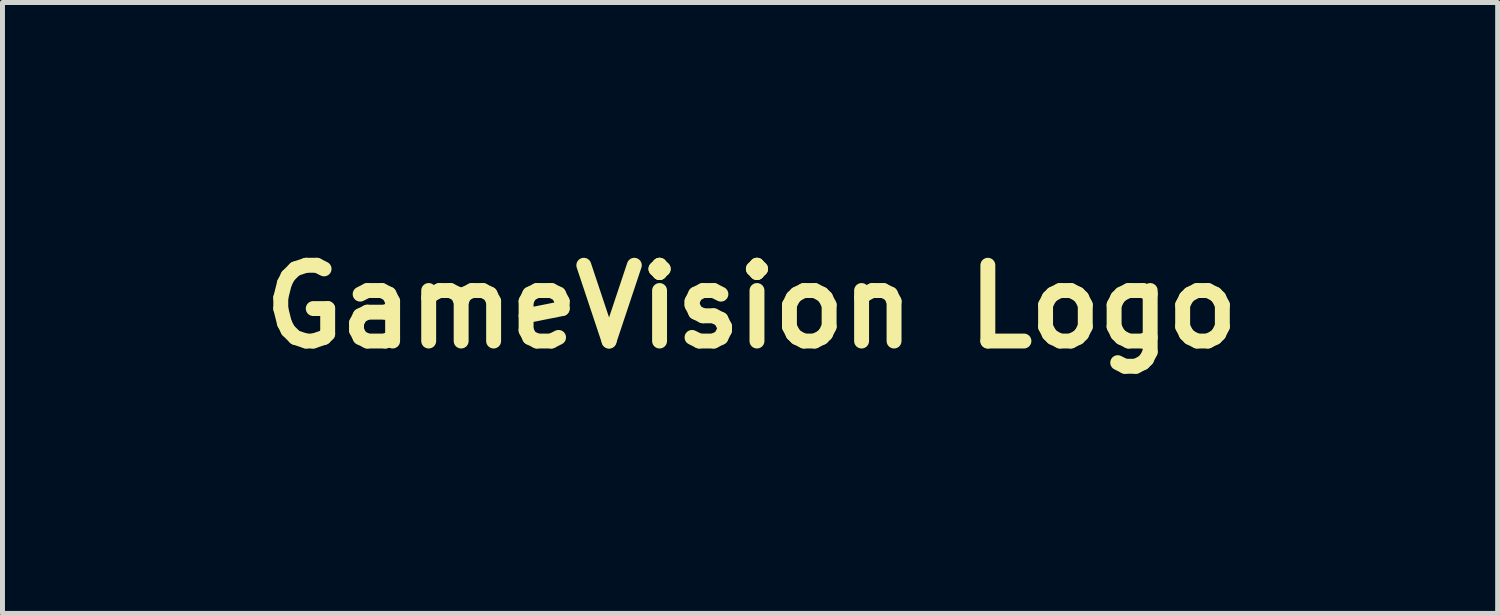
<source format=kicad_pcb>
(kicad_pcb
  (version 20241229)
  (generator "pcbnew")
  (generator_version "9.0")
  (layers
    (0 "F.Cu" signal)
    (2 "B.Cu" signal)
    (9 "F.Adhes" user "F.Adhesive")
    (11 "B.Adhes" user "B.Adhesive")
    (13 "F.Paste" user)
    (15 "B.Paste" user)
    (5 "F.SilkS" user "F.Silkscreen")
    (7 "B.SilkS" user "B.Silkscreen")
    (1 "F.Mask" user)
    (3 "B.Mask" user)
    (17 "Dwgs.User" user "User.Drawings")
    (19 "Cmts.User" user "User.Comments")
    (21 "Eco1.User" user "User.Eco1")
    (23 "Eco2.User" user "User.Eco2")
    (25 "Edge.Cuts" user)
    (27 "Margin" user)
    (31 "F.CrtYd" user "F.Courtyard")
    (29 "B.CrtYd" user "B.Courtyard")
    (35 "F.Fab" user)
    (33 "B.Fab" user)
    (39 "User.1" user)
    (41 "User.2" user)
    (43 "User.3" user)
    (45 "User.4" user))
  (footprint "GameVision Logo"
    (layer "F.Cu")
    (at 12.069 3.121)
    (property "Reference" "GameVision Logo" (at 0 0 0) (layer "F.SilkS") (effects (font (size 1.524 1.524) (thickness 0.3))))
    (attr through_hole)
    (fp_poly (pts (xy 6.121 -2.388) (xy 6.221 -2.38) (xy 6.283 -2.365) (xy 6.318 -2.344) (xy 6.349 -2.281) (xy 6.363 -2.19) (xy 6.36 -2.098) (xy 6.341 -2.041) (xy 6.276 -1.991) (xy 6.154 -1.958) (xy 5.979 -1.943) (xy 5.915 -1.942) (xy 5.788 -1.945) (xy 5.706 -1.955) (xy 5.652 -1.975) (xy 5.618 -2.002) (xy 5.575 -2.075) (xy 5.556 -2.169) (xy 5.561 -2.264) (xy 5.59 -2.337) (xy 5.616 -2.36) (xy 5.67 -2.373) (xy 5.767 -2.383) (xy 5.892 -2.389) (xy 5.972 -2.391) (xy 6.121 -2.388)) (stroke (width 0.01) (type solid)) (fill yes) (layer "F.Mask"))
    (fp_poly (pts (xy 2.462 -2.388) (xy 2.578 -2.38) (xy 2.664 -2.366) (xy 2.697 -2.353) (xy 2.738 -2.286) (xy 2.755 -2.166) (xy 2.754 -2.056) (xy 2.74 -1.998) (xy 2.695 -1.963) (xy 2.637 -1.944) (xy 2.545 -1.927) (xy 2.426 -1.917) (xy 2.295 -1.913) (xy 2.169 -1.916) (xy 2.063 -1.924) (xy 1.993 -1.94) (xy 1.978 -1.948) (xy 1.959 -1.996) (xy 1.946 -2.082) (xy 1.942 -2.158) (xy 1.945 -2.258) (xy 1.956 -2.314) (xy 1.983 -2.345) (xy 2.019 -2.361) (xy 2.093 -2.377) (xy 2.203 -2.387) (xy 2.331 -2.391) (xy 2.462 -2.388)) (stroke (width 0.01) (type solid)) (fill yes) (layer "F.Mask"))
    (fp_poly (pts (xy 6.022 -1.792) (xy 6.145 -1.785) (xy 6.24 -1.769) (xy 6.263 -1.762) (xy 6.345 -1.731) (xy 6.323 -0.813) (xy 6.317 -0.538) (xy 6.31 -0.221) (xy 6.302 0.12) (xy 6.294 0.467) (xy 6.286 0.801) (xy 6.279 1.104) (xy 6.279 1.13) (xy 6.272 1.408) (xy 6.266 1.632) (xy 6.26 1.809) (xy 6.253 1.944) (xy 6.246 2.044) (xy 6.238 2.114) (xy 6.228 2.161) (xy 6.216 2.19) (xy 6.204 2.205) (xy 6.145 2.234) (xy 6.045 2.255) (xy 5.92 2.267) (xy 5.788 2.27) (xy 5.668 2.264) (xy 5.577 2.246) (xy 5.543 2.231) (xy 5.527 2.217) (xy 5.515 2.198) (xy 5.505 2.168) (xy 5.498 2.121) (xy 5.493 2.05) (xy 5.49 1.949) (xy 5.489 1.814) (xy 5.49 1.636) (xy 5.491 1.411) (xy 5.494 1.133) (xy 5.494 1.13) (xy 5.497 0.83) (xy 5.502 0.502) (xy 5.507 0.161) (xy 5.512 -0.174) (xy 5.517 -0.488) (xy 5.523 -0.762) (xy 5.524 -0.817) (xy 5.53 -1.072) (xy 5.535 -1.274) (xy 5.54 -1.429) (xy 5.546 -1.544) (xy 5.553 -1.626) (xy 5.562 -1.681) (xy 5.573 -1.717) (xy 5.587 -1.738) (xy 5.601 -1.751) (xy 5.661 -1.771) (xy 5.763 -1.786) (xy 5.889 -1.793) (xy 6.022 -1.792)) (stroke (width 0.01) (type solid)) (fill yes) (layer "F.Mask"))
    (fp_poly (pts (xy 2.312 -1.811) (xy 2.478 -1.799) (xy 2.595 -1.782) (xy 2.673 -1.751) (xy 2.719 -1.696) (xy 2.741 -1.608) (xy 2.748 -1.478) (xy 2.748 -1.322) (xy 2.747 -1.168) (xy 2.742 -0.972) (xy 2.736 -0.751) (xy 2.728 -0.523) (xy 2.72 -0.314) (xy 2.713 -0.114) (xy 2.706 0.131) (xy 2.699 0.405) (xy 2.694 0.693) (xy 2.69 0.98) (xy 2.687 1.249) (xy 2.686 1.51) (xy 2.684 1.717) (xy 2.681 1.878) (xy 2.678 1.999) (xy 2.672 2.085) (xy 2.665 2.144) (xy 2.656 2.182) (xy 2.643 2.206) (xy 2.627 2.221) (xy 2.619 2.227) (xy 2.555 2.25) (xy 2.451 2.265) (xy 2.322 2.272) (xy 2.187 2.272) (xy 2.064 2.264) (xy 1.97 2.248) (xy 1.929 2.231) (xy 1.918 2.221) (xy 1.908 2.204) (xy 1.9 2.178) (xy 1.894 2.137) (xy 1.889 2.076) (xy 1.885 1.992) (xy 1.883 1.88) (xy 1.882 1.735) (xy 1.881 1.553) (xy 1.882 1.331) (xy 1.883 1.062) (xy 1.885 0.743) (xy 1.888 0.37) (xy 1.889 0.295) (xy 1.892 -0.091) (xy 1.895 -0.421) (xy 1.898 -0.701) (xy 1.901 -0.935) (xy 1.905 -1.127) (xy 1.908 -1.283) (xy 1.913 -1.406) (xy 1.918 -1.502) (xy 1.925 -1.574) (xy 1.932 -1.628) (xy 1.941 -1.668) (xy 1.951 -1.698) (xy 1.958 -1.716) (xy 2.013 -1.831) (xy 2.312 -1.811)) (stroke (width 0.01) (type solid)) (fill yes) (layer "F.Mask"))
    (fp_poly (pts (xy 8.061 -1.836) (xy 8.258 -1.785) (xy 8.411 -1.708) (xy 8.53 -1.608) (xy 8.617 -1.488) (xy 8.682 -1.331) (xy 8.709 -1.234) (xy 8.728 -1.118) (xy 8.743 -0.953) (xy 8.753 -0.745) (xy 8.758 -0.506) (xy 8.759 -0.243) (xy 8.757 0.035) (xy 8.75 0.319) (xy 8.74 0.6) (xy 8.726 0.87) (xy 8.709 1.12) (xy 8.69 1.34) (xy 8.668 1.522) (xy 8.643 1.658) (xy 8.631 1.703) (xy 8.543 1.909) (xy 8.43 2.062) (xy 8.376 2.109) (xy 8.207 2.205) (xy 8.002 2.267) (xy 7.777 2.295) (xy 7.546 2.285) (xy 7.383 2.253) (xy 7.206 2.191) (xy 7.063 2.109) (xy 6.988 2.04) (xy 6.944 1.966) (xy 6.895 1.849) (xy 6.848 1.706) (xy 6.809 1.551) (xy 6.788 1.445) (xy 7.552 1.445) (xy 7.633 1.515) (xy 7.712 1.57) (xy 7.774 1.577) (xy 7.834 1.535) (xy 7.844 1.524) (xy 7.864 1.493) (xy 7.882 1.443) (xy 7.897 1.372) (xy 7.91 1.272) (xy 7.921 1.141) (xy 7.932 0.972) (xy 7.941 0.762) (xy 7.949 0.504) (xy 7.958 0.195) (xy 7.964 -0.048) (xy 7.985 -0.977) (xy 7.902 -1.042) (xy 7.819 -1.091) (xy 7.753 -1.088) (xy 7.686 -1.03) (xy 7.669 -1.008) (xy 7.653 -0.984) (xy 7.64 -0.956) (xy 7.63 -0.917) (xy 7.621 -0.862) (xy 7.613 -0.785) (xy 7.607 -0.679) (xy 7.601 -0.539) (xy 7.595 -0.359) (xy 7.589 -0.134) (xy 7.582 0.144) (xy 7.58 0.26) (xy 7.552 1.445) (xy 6.788 1.445) (xy 6.785 1.432) (xy 6.774 1.323) (xy 6.767 1.168) (xy 6.764 0.974) (xy 6.765 0.751) (xy 6.769 0.506) (xy 6.775 0.248) (xy 6.785 -0.015) (xy 6.796 -0.274) (xy 6.81 -0.52) (xy 6.825 -0.746) (xy 6.841 -0.942) (xy 6.859 -1.1) (xy 6.877 -1.213) (xy 6.888 -1.254) (xy 6.976 -1.433) (xy 7.102 -1.592) (xy 7.24 -1.706) (xy 7.419 -1.788) (xy 7.625 -1.837) (xy 7.845 -1.853) (xy 8.061 -1.836)) (stroke (width 0.01) (type solid)) (fill yes) (layer "F.Mask"))
    (fp_poly (pts (xy 1.023 -1.802) (xy 1.094 -1.8) (xy 1.229 -1.793) (xy 1.345 -1.783) (xy 1.425 -1.769) (xy 1.455 -1.759) (xy 1.467 -1.719) (xy 1.476 -1.629) (xy 1.484 -1.496) (xy 1.49 -1.328) (xy 1.494 -1.134) (xy 1.495 -0.922) (xy 1.495 -0.702) (xy 1.492 -0.48) (xy 1.487 -0.266) (xy 1.48 -0.068) (xy 1.47 0.105) (xy 1.462 0.206) (xy 1.428 0.542) (xy 1.392 0.83) (xy 1.35 1.081) (xy 1.303 1.307) (xy 1.246 1.517) (xy 1.207 1.642) (xy 1.133 1.853) (xy 1.066 2.011) (xy 1.001 2.123) (xy 0.935 2.195) (xy 0.864 2.235) (xy 0.859 2.236) (xy 0.705 2.267) (xy 0.506 2.279) (xy 0.273 2.272) (xy 0.254 2.271) (xy 0.144 2.26) (xy 0.055 2.246) (xy 0.007 2.232) (xy 0.007 2.232) (xy -0.033 2.186) (xy -0.08 2.108) (xy -0.123 2.02) (xy -0.147 1.947) (xy -0.149 1.929) (xy -0.159 1.881) (xy -0.184 1.793) (xy -0.22 1.679) (xy -0.24 1.622) (xy -0.293 1.444) (xy -0.345 1.227) (xy -0.393 0.991) (xy -0.432 0.756) (xy -0.458 0.543) (xy -0.464 0.469) (xy -0.483 0.169) (xy -0.497 -0.086) (xy -0.507 -0.307) (xy -0.512 -0.509) (xy -0.513 -0.703) (xy -0.511 -0.905) (xy -0.507 -1.095) (xy -0.5 -1.321) (xy -0.492 -1.492) (xy -0.482 -1.616) (xy -0.47 -1.696) (xy -0.455 -1.74) (xy -0.451 -1.744) (xy -0.423 -1.766) (xy -0.374 -1.78) (xy -0.294 -1.789) (xy -0.171 -1.792) (xy -0.06 -1.793) (xy 0.11 -1.791) (xy 0.226 -1.783) (xy 0.296 -1.77) (xy 0.324 -1.754) (xy 0.333 -1.714) (xy 0.342 -1.619) (xy 0.349 -1.468) (xy 0.355 -1.26) (xy 0.359 -0.995) (xy 0.363 -0.67) (xy 0.365 -0.446) (xy 0.367 -0.137) (xy 0.369 0.119) (xy 0.372 0.326) (xy 0.375 0.492) (xy 0.379 0.621) (xy 0.385 0.72) (xy 0.392 0.795) (xy 0.4 0.851) (xy 0.411 0.894) (xy 0.424 0.93) (xy 0.436 0.956) (xy 0.498 1.091) (xy 0.549 0.938) (xy 0.572 0.836) (xy 0.593 0.679) (xy 0.612 0.474) (xy 0.628 0.225) (xy 0.641 -0.062) (xy 0.65 -0.382) (xy 0.655 -0.729) (xy 0.657 -0.99) (xy 0.657 -1.233) (xy 0.659 -1.423) (xy 0.666 -1.565) (xy 0.683 -1.668) (xy 0.712 -1.736) (xy 0.757 -1.777) (xy 0.821 -1.798) (xy 0.909 -1.804) (xy 1.023 -1.802)) (stroke (width 0.01) (type solid)) (fill yes) (layer "F.Mask"))
    (fp_poly (pts (xy -7.553 -1.887) (xy -7.335 -1.838) (xy -7.143 -1.747) (xy -6.985 -1.619) (xy -6.87 -1.458) (xy -6.84 -1.396) (xy -6.814 -1.333) (xy -6.792 -1.266) (xy -6.774 -1.189) (xy -6.759 -1.095) (xy -6.748 -0.981) (xy -6.739 -0.841) (xy -6.733 -0.67) (xy -6.729 -0.461) (xy -6.726 -0.212) (xy -6.725 0.085) (xy -6.724 0.434) (xy -6.724 0.604) (xy -6.724 2.18) (xy -6.792 2.225) (xy -6.876 2.258) (xy -7.001 2.281) (xy -7.149 2.293) (xy -7.301 2.292) (xy -7.44 2.277) (xy -7.463 2.273) (xy -7.57 2.254) (xy -7.65 2.254) (xy -7.735 2.275) (xy -7.8 2.298) (xy -7.924 2.338) (xy -8.038 2.354) (xy -8.169 2.347) (xy -8.233 2.339) (xy -8.322 2.303) (xy -8.425 2.224) (xy -8.528 2.115) (xy -8.62 1.989) (xy -8.681 1.877) (xy -8.76 1.7) (xy -8.75 1.037) (xy -8.748 0.936) (xy -7.86 0.936) (xy -7.857 1.095) (xy -7.844 1.237) (xy -7.822 1.343) (xy -7.816 1.361) (xy -7.775 1.438) (xy -7.733 1.46) (xy -7.682 1.431) (xy -7.667 1.417) (xy -7.649 1.39) (xy -7.636 1.343) (xy -7.628 1.269) (xy -7.623 1.158) (xy -7.62 1.001) (xy -7.62 0.881) (xy -7.621 0.716) (xy -7.625 0.574) (xy -7.63 0.463) (xy -7.637 0.395) (xy -7.643 0.378) (xy -7.687 0.382) (xy -7.742 0.429) (xy -7.795 0.507) (xy -7.814 0.547) (xy -7.838 0.643) (xy -7.854 0.779) (xy -7.86 0.936) (xy -8.748 0.936) (xy -8.745 0.803) (xy -8.739 0.621) (xy -8.73 0.478) (xy -8.716 0.367) (xy -8.694 0.278) (xy -8.665 0.2) (xy -8.625 0.125) (xy -8.573 0.043) (xy -8.567 0.035) (xy -8.505 -0.034) (xy -8.404 -0.123) (xy -8.277 -0.22) (xy -8.138 -0.316) (xy -8.001 -0.401) (xy -7.908 -0.45) (xy -7.76 -0.541) (xy -7.667 -0.643) (xy -7.624 -0.762) (xy -7.62 -0.822) (xy -7.634 -0.926) (xy -7.672 -1.006) (xy -7.725 -1.044) (xy -7.738 -1.046) (xy -7.786 -1.017) (xy -7.828 -0.938) (xy -7.858 -0.815) (xy -7.863 -0.783) (xy -7.888 -0.664) (xy -7.924 -0.589) (xy -7.938 -0.576) (xy -7.989 -0.56) (xy -8.083 -0.548) (xy -8.203 -0.54) (xy -8.332 -0.537) (xy -8.452 -0.539) (xy -8.547 -0.547) (xy -8.591 -0.557) (xy -8.638 -0.591) (xy -8.667 -0.657) (xy -8.679 -0.761) (xy -8.675 -0.912) (xy -8.668 -1.01) (xy -8.644 -1.202) (xy -8.608 -1.352) (xy -8.55 -1.475) (xy -8.466 -1.588) (xy -8.389 -1.668) (xy -8.301 -1.744) (xy -8.212 -1.796) (xy -8.098 -1.837) (xy -8.038 -1.853) (xy -7.79 -1.893) (xy -7.553 -1.887)) (stroke (width 0.01) (type solid)) (fill yes) (layer "F.Mask"))
    (fp_poly (pts (xy 4.302 -1.834) (xy 4.409 -1.828) (xy 4.492 -1.813) (xy 4.568 -1.787) (xy 4.632 -1.759) (xy 4.778 -1.679) (xy 4.883 -1.592) (xy 4.963 -1.481) (xy 5.008 -1.392) (xy 5.05 -1.272) (xy 5.081 -1.126) (xy 5.1 -0.97) (xy 5.107 -0.819) (xy 5.1 -0.691) (xy 5.077 -0.599) (xy 5.069 -0.584) (xy 5.043 -0.55) (xy 5.013 -0.528) (xy 4.965 -0.515) (xy 4.887 -0.51) (xy 4.765 -0.508) (xy 4.709 -0.508) (xy 4.547 -0.511) (xy 4.438 -0.521) (xy 4.379 -0.538) (xy 4.368 -0.547) (xy 4.349 -0.595) (xy 4.33 -0.683) (xy 4.315 -0.788) (xy 4.289 -0.938) (xy 4.247 -1.033) (xy 4.187 -1.074) (xy 4.105 -1.064) (xy 4.061 -1.044) (xy 3.988 -0.975) (xy 3.964 -0.877) (xy 3.992 -0.755) (xy 3.999 -0.737) (xy 4.026 -0.684) (xy 4.064 -0.627) (xy 4.117 -0.561) (xy 4.192 -0.478) (xy 4.294 -0.374) (xy 4.43 -0.24) (xy 4.57 -0.105) (xy 4.768 0.109) (xy 4.913 0.321) (xy 5.012 0.545) (xy 5.069 0.793) (xy 5.089 1.078) (xy 5.089 1.14) (xy 5.081 1.371) (xy 5.062 1.555) (xy 5.028 1.703) (xy 4.976 1.826) (xy 4.908 1.933) (xy 4.776 2.086) (xy 4.639 2.193) (xy 4.484 2.263) (xy 4.295 2.302) (xy 4.166 2.314) (xy 4.025 2.32) (xy 3.922 2.317) (xy 3.833 2.3) (xy 3.737 2.269) (xy 3.719 2.262) (xy 3.51 2.16) (xy 3.353 2.034) (xy 3.245 1.882) (xy 3.208 1.803) (xy 3.181 1.726) (xy 3.16 1.639) (xy 3.145 1.53) (xy 3.134 1.387) (xy 3.123 1.198) (xy 3.121 1.16) (xy 3.115 0.973) (xy 3.118 0.836) (xy 3.132 0.739) (xy 3.158 0.674) (xy 3.197 0.629) (xy 3.209 0.621) (xy 3.259 0.608) (xy 3.35 0.6) (xy 3.467 0.597) (xy 3.593 0.599) (xy 3.713 0.605) (xy 3.811 0.615) (xy 3.87 0.628) (xy 3.879 0.634) (xy 3.897 0.685) (xy 3.909 0.795) (xy 3.915 0.965) (xy 3.915 1.029) (xy 3.918 1.218) (xy 3.929 1.356) (xy 3.95 1.449) (xy 3.984 1.508) (xy 4.033 1.538) (xy 4.081 1.548) (xy 4.154 1.54) (xy 4.205 1.495) (xy 4.238 1.408) (xy 4.255 1.273) (xy 4.258 1.136) (xy 4.255 1.014) (xy 4.242 0.914) (xy 4.214 0.826) (xy 4.164 0.738) (xy 4.086 0.641) (xy 3.974 0.523) (xy 3.851 0.4) (xy 3.642 0.184) (xy 3.477 -0.012) (xy 3.35 -0.197) (xy 3.271 -0.342) (xy 3.225 -0.447) (xy 3.197 -0.547) (xy 3.181 -0.666) (xy 3.173 -0.793) (xy 3.173 -1.014) (xy 3.197 -1.192) (xy 3.25 -1.341) (xy 3.335 -1.473) (xy 3.406 -1.554) (xy 3.532 -1.67) (xy 3.656 -1.75) (xy 3.793 -1.8) (xy 3.959 -1.827) (xy 4.154 -1.835) (xy 4.302 -1.834)) (stroke (width 0.01) (type solid)) (fill yes) (layer "F.Mask"))
    (fp_poly (pts (xy 10.614 -1.872) (xy 10.729 -1.84) (xy 10.745 -1.835) (xy 10.897 -1.76) (xy 11.016 -1.643) (xy 11.104 -1.48) (xy 11.162 -1.268) (xy 11.191 -1.046) (xy 11.194 -0.951) (xy 11.195 -0.809) (xy 11.193 -0.63) (xy 11.188 -0.427) (xy 11.181 -0.211) (xy 11.176 -0.09) (xy 11.166 0.168) (xy 11.155 0.456) (xy 11.146 0.753) (xy 11.137 1.037) (xy 11.13 1.285) (xy 11.129 1.315) (xy 11.124 1.515) (xy 11.118 1.701) (xy 11.112 1.862) (xy 11.106 1.988) (xy 11.1 2.068) (xy 11.098 2.086) (xy 11.083 2.144) (xy 11.051 2.186) (xy 10.992 2.214) (xy 10.897 2.235) (xy 10.755 2.251) (xy 10.712 2.255) (xy 10.587 2.264) (xy 10.506 2.263) (xy 10.453 2.251) (xy 10.411 2.226) (xy 10.406 2.221) (xy 10.382 2.199) (xy 10.363 2.172) (xy 10.35 2.134) (xy 10.341 2.077) (xy 10.335 1.996) (xy 10.334 1.882) (xy 10.336 1.73) (xy 10.34 1.532) (xy 10.348 1.281) (xy 10.348 1.255) (xy 10.361 0.824) (xy 10.372 0.449) (xy 10.381 0.126) (xy 10.388 -0.15) (xy 10.392 -0.38) (xy 10.394 -0.571) (xy 10.394 -0.725) (xy 10.39 -0.846) (xy 10.383 -0.939) (xy 10.373 -1.006) (xy 10.36 -1.053) (xy 10.343 -1.082) (xy 10.322 -1.098) (xy 10.298 -1.105) (xy 10.269 -1.106) (xy 10.235 -1.106) (xy 10.234 -1.106) (xy 10.194 -1.105) (xy 10.159 -1.099) (xy 10.13 -1.083) (xy 10.106 -1.053) (xy 10.086 -1.004) (xy 10.069 -0.931) (xy 10.055 -0.829) (xy 10.044 -0.694) (xy 10.033 -0.521) (xy 10.023 -0.305) (xy 10.013 -0.042) (xy 10.002 0.274) (xy 9.995 0.482) (xy 9.983 0.846) (xy 9.972 1.155) (xy 9.963 1.413) (xy 9.955 1.626) (xy 9.947 1.797) (xy 9.939 1.931) (xy 9.931 2.033) (xy 9.922 2.107) (xy 9.912 2.158) (xy 9.9 2.191) (xy 9.887 2.21) (xy 9.872 2.219) (xy 9.854 2.224) (xy 9.852 2.224) (xy 9.698 2.247) (xy 9.547 2.251) (xy 9.422 2.243) (xy 9.318 2.229) (xy 9.237 2.209) (xy 9.202 2.191) (xy 9.193 2.168) (xy 9.187 2.116) (xy 9.183 2.03) (xy 9.181 1.906) (xy 9.182 1.741) (xy 9.184 1.531) (xy 9.189 1.271) (xy 9.195 0.958) (xy 9.2 0.727) (xy 9.211 0.285) (xy 9.22 -0.101) (xy 9.229 -0.434) (xy 9.237 -0.72) (xy 9.244 -0.961) (xy 9.251 -1.162) (xy 9.257 -1.326) (xy 9.264 -1.456) (xy 9.27 -1.558) (xy 9.277 -1.635) (xy 9.285 -1.69) (xy 9.293 -1.728) (xy 9.302 -1.751) (xy 9.311 -1.765) (xy 9.314 -1.768) (xy 9.372 -1.79) (xy 9.473 -1.806) (xy 9.598 -1.814) (xy 9.73 -1.814) (xy 9.852 -1.806) (xy 9.947 -1.79) (xy 9.981 -1.778) (xy 10.068 -1.743) (xy 10.15 -1.739) (xy 10.246 -1.767) (xy 10.334 -1.808) (xy 10.441 -1.857) (xy 10.527 -1.878) (xy 10.614 -1.872)) (stroke (width 0.01) (type solid)) (fill yes) (layer "F.Mask"))
    (fp_poly (pts (xy -10.021 -2.5) (xy -9.798 -2.454) (xy -9.596 -2.372) (xy -9.428 -2.255) (xy -9.351 -2.174) (xy -9.259 -2.026) (xy -9.179 -1.832) (xy -9.116 -1.607) (xy -9.073 -1.366) (xy -9.055 -1.122) (xy -9.055 -1.083) (xy -9.062 -0.961) (xy -9.09 -0.871) (xy -9.144 -0.809) (xy -9.232 -0.772) (xy -9.36 -0.757) (xy -9.535 -0.761) (xy -9.678 -0.772) (xy -9.847 -0.79) (xy -9.958 -0.812) (xy -10.011 -0.837) (xy -10.013 -0.84) (xy -10.026 -0.889) (xy -10.035 -0.979) (xy -10.04 -1.092) (xy -10.04 -1.111) (xy -10.044 -1.233) (xy -10.053 -1.339) (xy -10.067 -1.409) (xy -10.068 -1.413) (xy -10.119 -1.489) (xy -10.186 -1.514) (xy -10.251 -1.489) (xy -10.301 -1.414) (xy -10.302 -1.41) (xy -10.307 -1.363) (xy -10.312 -1.262) (xy -10.315 -1.114) (xy -10.316 -0.924) (xy -10.317 -0.699) (xy -10.316 -0.444) (xy -10.313 -0.167) (xy -10.312 -0.039) (xy -10.307 0.273) (xy -10.304 0.53) (xy -10.3 0.739) (xy -10.296 0.904) (xy -10.291 1.031) (xy -10.286 1.125) (xy -10.279 1.192) (xy -10.271 1.238) (xy -10.261 1.267) (xy -10.249 1.285) (xy -10.235 1.298) (xy -10.163 1.338) (xy -10.101 1.332) (xy -10.058 1.306) (xy -10.028 1.255) (xy -10.001 1.158) (xy -9.978 1.027) (xy -9.962 0.875) (xy -9.954 0.715) (xy -9.956 0.561) (xy -9.957 0.544) (xy -9.968 0.432) (xy -9.989 0.359) (xy -10.027 0.304) (xy -10.051 0.28) (xy -10.113 0.213) (xy -10.154 0.14) (xy -10.178 0.045) (xy -10.19 -0.085) (xy -10.193 -0.177) (xy -10.192 -0.317) (xy -10.179 -0.422) (xy -10.146 -0.499) (xy -10.086 -0.55) (xy -9.992 -0.58) (xy -9.858 -0.595) (xy -9.677 -0.597) (xy -9.516 -0.593) (xy -9.357 -0.588) (xy -9.247 -0.581) (xy -9.175 -0.571) (xy -9.131 -0.555) (xy -9.104 -0.533) (xy -9.097 -0.525) (xy -9.086 -0.502) (xy -9.078 -0.461) (xy -9.071 -0.397) (xy -9.065 -0.304) (xy -9.061 -0.179) (xy -9.058 -0.016) (xy -9.056 0.191) (xy -9.055 0.446) (xy -9.054 0.753) (xy -9.054 0.874) (xy -9.054 2.214) (xy -9.158 2.258) (xy -9.296 2.296) (xy -9.424 2.286) (xy -9.516 2.251) (xy -9.578 2.224) (xy -9.628 2.217) (xy -9.688 2.23) (xy -9.779 2.265) (xy -9.791 2.27) (xy -9.967 2.334) (xy -10.115 2.363) (xy -10.254 2.361) (xy -10.309 2.353) (xy -10.494 2.314) (xy -10.633 2.272) (xy -10.741 2.22) (xy -10.833 2.152) (xy -10.888 2.099) (xy -11.012 1.964) (xy -11.099 1.85) (xy -11.161 1.737) (xy -11.208 1.609) (xy -11.231 1.529) (xy -11.246 1.466) (xy -11.259 1.399) (xy -11.27 1.322) (xy -11.279 1.229) (xy -11.286 1.113) (xy -11.292 0.968) (xy -11.297 0.786) (xy -11.302 0.561) (xy -11.307 0.287) (xy -11.31 0.097) (xy -11.315 -0.271) (xy -11.318 -0.585) (xy -11.317 -0.852) (xy -11.312 -1.077) (xy -11.303 -1.266) (xy -11.29 -1.425) (xy -11.273 -1.56) (xy -11.25 -1.678) (xy -11.222 -1.784) (xy -11.188 -1.883) (xy -11.089 -2.081) (xy -10.953 -2.239) (xy -10.771 -2.365) (xy -10.702 -2.4) (xy -10.484 -2.475) (xy -10.254 -2.508) (xy -10.021 -2.5)) (stroke (width 0.01) (type solid)) (fill yes) (layer "F.Mask"))
    (fp_poly (pts (xy -1.839 -1.834) (xy -1.675 -1.831) (xy -1.554 -1.821) (xy -1.463 -1.804) (xy -1.384 -1.776) (xy -1.374 -1.772) (xy -1.191 -1.666) (xy -1.054 -1.53) (xy -0.966 -1.38) (xy -0.938 -1.317) (xy -0.918 -1.256) (xy -0.904 -1.186) (xy -0.894 -1.096) (xy -0.887 -0.976) (xy -0.881 -0.814) (xy -0.878 -0.675) (xy -0.871 -0.489) (xy -0.863 -0.312) (xy -0.852 -0.157) (xy -0.841 -0.039) (xy -0.831 0.02) (xy -0.814 0.117) (xy -0.817 0.183) (xy -0.842 0.242) (xy -0.861 0.274) (xy -0.911 0.337) (xy -0.976 0.376) (xy -1.076 0.402) (xy -1.081 0.403) (xy -1.193 0.439) (xy -1.249 0.487) (xy -1.251 0.538) (xy -1.199 0.584) (xy -1.094 0.616) (xy -1.063 0.62) (xy -0.989 0.631) (xy -0.933 0.649) (xy -0.896 0.683) (xy -0.874 0.74) (xy -0.866 0.828) (xy -0.869 0.954) (xy -0.882 1.127) (xy -0.894 1.27) (xy -0.926 1.526) (xy -0.971 1.731) (xy -1.032 1.89) (xy -1.111 2.011) (xy -1.176 2.074) (xy -1.305 2.172) (xy -1.423 2.239) (xy -1.546 2.281) (xy -1.695 2.305) (xy -1.855 2.316) (xy -2.002 2.321) (xy -2.108 2.319) (xy -2.187 2.309) (xy -2.259 2.287) (xy -2.318 2.263) (xy -2.412 2.212) (xy -2.51 2.144) (xy -2.598 2.07) (xy -2.663 2.003) (xy -2.689 1.953) (xy -2.689 1.95) (xy -2.701 1.909) (xy -2.733 1.831) (xy -2.777 1.733) (xy -2.778 1.729) (xy -2.867 1.539) (xy -2.868 0.8) (xy -2.029 0.8) (xy -2.029 0.924) (xy -2.026 1.118) (xy -2.02 1.262) (xy -2.009 1.364) (xy -1.991 1.433) (xy -1.964 1.478) (xy -1.926 1.507) (xy -1.911 1.515) (xy -1.85 1.536) (xy -1.802 1.515) (xy -1.778 1.492) (xy -1.752 1.458) (xy -1.733 1.41) (xy -1.72 1.337) (xy -1.711 1.226) (xy -1.703 1.077) (xy -1.695 0.918) (xy -1.685 0.805) (xy -1.67 0.727) (xy -1.648 0.672) (xy -1.627 0.637) (xy -1.566 0.544) (xy -1.547 0.481) (xy -1.576 0.443) (xy -1.655 0.424) (xy -1.789 0.419) (xy -1.791 0.419) (xy -1.879 0.422) (xy -1.943 0.439) (xy -1.986 0.476) (xy -2.012 0.543) (xy -2.025 0.648) (xy -2.029 0.8) (xy -2.868 0.8) (xy -2.869 0.374) (xy -2.869 0.02) (xy -2.867 -0.28) (xy -2.862 -0.531) (xy -2.856 -0.676) (xy -2.009 -0.676) (xy -2.008 -0.562) (xy -2.001 -0.469) (xy -1.987 -0.419) (xy -1.941 -0.393) (xy -1.867 -0.391) (xy -1.792 -0.409) (xy -1.75 -0.435) (xy -1.723 -0.485) (xy -1.708 -0.571) (xy -1.703 -0.702) (xy -1.708 -0.836) (xy -1.723 -0.921) (xy -1.75 -0.969) (xy -1.826 -1.011) (xy -1.907 -1.007) (xy -1.97 -0.96) (xy -1.977 -0.949) (xy -1.993 -0.889) (xy -2.004 -0.792) (xy -2.009 -0.676) (xy -2.856 -0.676) (xy -2.854 -0.74) (xy -2.841 -0.913) (xy -2.824 -1.055) (xy -2.802 -1.171) (xy -2.773 -1.269) (xy -2.737 -1.352) (xy -2.694 -1.429) (xy -2.642 -1.503) (xy -2.637 -1.509) (xy -2.507 -1.646) (xy -2.347 -1.748) (xy -2.263 -1.787) (xy -2.192 -1.813) (xy -2.116 -1.827) (xy -2.018 -1.834) (xy -1.882 -1.835) (xy -1.839 -1.834)) (stroke (width 0.01) (type solid)) (fill yes) (layer "F.Mask"))
    (fp_poly (pts (xy -10.026 -3.114) (xy -9.838 -3.105) (xy -9.693 -3.088) (xy -9.607 -3.071) (xy -9.432 -3.02) (xy -9.29 -2.961) (xy -9.163 -2.884) (xy -9.032 -2.779) (xy -8.918 -2.672) (xy -8.823 -2.583) (xy -8.737 -2.51) (xy -8.673 -2.464) (xy -8.654 -2.455) (xy -8.609 -2.45) (xy -8.512 -2.447) (xy -8.372 -2.446) (xy -8.197 -2.446) (xy -7.996 -2.449) (xy -7.777 -2.453) (xy -7.754 -2.453) (xy -7.559 -2.457) (xy -7.313 -2.462) (xy -7.027 -2.467) (xy -6.709 -2.472) (xy -6.369 -2.476) (xy -6.016 -2.481) (xy -5.66 -2.485) (xy -5.31 -2.489) (xy -5.219 -2.49) (xy -4.858 -2.494) (xy -4.552 -2.497) (xy -4.296 -2.499) (xy -4.085 -2.5) (xy -3.915 -2.5) (xy -3.781 -2.499) (xy -3.677 -2.496) (xy -3.6 -2.492) (xy -3.544 -2.487) (xy -3.504 -2.479) (xy -3.476 -2.47) (xy -3.455 -2.459) (xy -3.436 -2.446) (xy -3.326 -2.381) (xy -3.188 -2.322) (xy -3.047 -2.279) (xy -2.928 -2.261) (xy -2.923 -2.261) (xy -2.822 -2.276) (xy -2.705 -2.319) (xy -2.669 -2.336) (xy -2.537 -2.393) (xy -2.368 -2.437) (xy -2.155 -2.471) (xy -1.891 -2.497) (xy -1.883 -2.498) (xy -1.723 -2.505) (xy -1.588 -2.496) (xy -1.444 -2.468) (xy -1.385 -2.454) (xy -1.237 -2.417) (xy -1.135 -2.398) (xy -1.066 -2.396) (xy -1.018 -2.41) (xy -0.979 -2.442) (xy -0.971 -2.45) (xy -0.913 -2.486) (xy -0.828 -2.507) (xy -0.738 -2.512) (xy -0.668 -2.499) (xy -0.642 -2.48) (xy -0.608 -2.47) (xy -0.522 -2.463) (xy -0.395 -2.456) (xy -0.237 -2.452) (xy -0.056 -2.45) (xy 0.139 -2.449) (xy 0.338 -2.449) (xy 0.532 -2.452) (xy 0.711 -2.456) (xy 0.867 -2.462) (xy 0.99 -2.469) (xy 1.071 -2.478) (xy 1.1 -2.486) (xy 1.119 -2.537) (xy 1.131 -2.639) (xy 1.136 -2.785) (xy 1.136 -3.048) (xy 2.325 -3.048) (xy 2.646 -3.048) (xy 2.911 -3.046) (xy 3.125 -3.043) (xy 3.291 -3.039) (xy 3.412 -3.034) (xy 3.494 -3.027) (xy 3.539 -3.018) (xy 3.55 -3.012) (xy 3.57 -2.962) (xy 3.582 -2.865) (xy 3.586 -2.747) (xy 3.59 -2.606) (xy 3.607 -2.517) (xy 3.645 -2.471) (xy 3.71 -2.46) (xy 3.81 -2.477) (xy 3.827 -2.481) (xy 4.001 -2.503) (xy 4.217 -2.497) (xy 4.224 -2.497) (xy 4.409 -2.483) (xy 4.542 -2.477) (xy 4.63 -2.481) (xy 4.682 -2.493) (xy 4.696 -2.503) (xy 4.712 -2.544) (xy 4.728 -2.627) (xy 4.741 -2.734) (xy 4.741 -2.736) (xy 4.747 -2.814) (xy 4.752 -2.877) (xy 4.764 -2.928) (xy 4.786 -2.967) (xy 4.825 -2.997) (xy 4.886 -3.019) (xy 4.974 -3.033) (xy 5.096 -3.042) (xy 5.255 -3.047) (xy 5.459 -3.048) (xy 5.712 -3.048) (xy 5.989 -3.048) (xy 7.128 -3.048) (xy 7.169 -2.982) (xy 7.193 -2.912) (xy 7.206 -2.808) (xy 7.208 -2.746) (xy 7.215 -2.61) (xy 7.246 -2.525) (xy 7.304 -2.484) (xy 7.377 -2.479) (xy 7.442 -2.482) (xy 7.553 -2.484) (xy 7.692 -2.485) (xy 7.846 -2.484) (xy 7.852 -2.484) (xy 8.087 -2.482) (xy 8.357 -2.48) (xy 8.652 -2.479) (xy 8.961 -2.479) (xy 9.274 -2.479) (xy 9.581 -2.479) (xy 9.87 -2.48) (xy 10.133 -2.482) (xy 10.359 -2.484) (xy 10.537 -2.486) (xy 10.563 -2.486) (xy 10.746 -2.489) (xy 10.879 -2.489) (xy 10.974 -2.485) (xy 11.041 -2.476) (xy 11.091 -2.461) (xy 11.134 -2.44) (xy 11.142 -2.435) (xy 11.229 -2.385) (xy 11.308 -2.34) (xy 11.315 -2.336) (xy 11.423 -2.261) (xy 11.538 -2.155) (xy 11.651 -2.029) (xy 11.752 -1.897) (xy 11.832 -1.769) (xy 11.882 -1.658) (xy 11.893 -1.595) (xy 11.907 -1.531) (xy 11.923 -1.506) (xy 11.949 -1.449) (xy 11.97 -1.335) (xy 11.985 -1.169) (xy 11.997 -0.952) (xy 12.003 -0.69) (xy 12.004 -0.384) (xy 12 -0.038) (xy 11.992 0.345) (xy 11.978 0.761) (xy 11.959 1.208) (xy 11.953 1.33) (xy 11.942 1.568) (xy 11.931 1.832) (xy 11.92 2.101) (xy 11.91 2.35) (xy 11.905 2.515) (xy 11.898 2.713) (xy 11.891 2.859) (xy 11.883 2.962) (xy 11.874 3.028) (xy 11.861 3.065) (xy 11.845 3.083) (xy 11.838 3.085) (xy 11.797 3.088) (xy 11.7 3.091) (xy 11.553 3.094) (xy 11.358 3.097) (xy 11.121 3.1) (xy 10.846 3.102) (xy 10.536 3.105) (xy 10.197 3.107) (xy 9.832 3.109) (xy 9.446 3.111) (xy 9.043 3.112) (xy 8.628 3.114) (xy 8.204 3.115) (xy 7.776 3.115) (xy 7.348 3.116) (xy 6.925 3.116) (xy 6.51 3.116) (xy 6.109 3.115) (xy 5.86 3.114) (xy 5.584 3.114) (xy 5.326 3.114) (xy 5.093 3.114) (xy 4.891 3.115) (xy 4.726 3.117) (xy 4.603 3.119) (xy 4.53 3.121) (xy 4.512 3.123) (xy 4.476 3.128) (xy 4.391 3.131) (xy 4.27 3.134) (xy 4.124 3.135) (xy 4.076 3.135) (xy 3.971 3.135) (xy 3.813 3.134) (xy 3.609 3.134) (xy 3.365 3.133) (xy 3.087 3.132) (xy 2.782 3.132) (xy 2.457 3.131) (xy 2.119 3.13) (xy 1.773 3.129) (xy 1.758 3.128) (xy -0.145 3.123) (xy -0.224 3.048) (xy -0.287 2.977) (xy -0.354 2.881) (xy -0.382 2.834) (xy -0.457 2.729) (xy -0.538 2.677) (xy -0.629 2.678) (xy -0.738 2.732) (xy -0.867 2.837) (xy -1.028 2.963) (xy -1.208 3.056) (xy -1.415 3.119) (xy -1.656 3.153) (xy -1.94 3.16) (xy -2.137 3.152) (xy -2.264 3.147) (xy -2.438 3.142) (xy -2.649 3.139) (xy -2.882 3.136) (xy -3.127 3.136) (xy -3.362 3.137) (xy -3.892 3.14) (xy -4.41 3.143) (xy -4.914 3.145) (xy -5.4 3.147) (xy -5.864 3.149) (xy -6.304 3.15) (xy -6.716 3.15) (xy -7.097 3.15) (xy -7.443 3.149) (xy -7.751 3.148) (xy -8.018 3.146) (xy -8.241 3.144) (xy -8.416 3.142) (xy -8.54 3.139) (xy -8.61 3.135) (xy -8.624 3.133) (xy -8.658 3.124) (xy -8.741 3.117) (xy -8.863 3.112) (xy -9.011 3.109) (xy -9.176 3.108) (xy -9.347 3.108) (xy -9.512 3.111) (xy -9.661 3.115) (xy -9.784 3.121) (xy -9.869 3.128) (xy -9.906 3.137) (xy -9.906 3.138) (xy -9.942 3.15) (xy -10.024 3.158) (xy -10.139 3.163) (xy -10.274 3.164) (xy -10.414 3.162) (xy -10.547 3.156) (xy -10.659 3.147) (xy -10.732 3.136) (xy -10.832 3.103) (xy -10.937 3.055) (xy -10.957 3.044) (xy -11.046 2.994) (xy -11.125 2.95) (xy -11.141 2.942) (xy -11.195 2.903) (xy -11.279 2.831) (xy -11.38 2.738) (xy -11.488 2.634) (xy -11.591 2.53) (xy -11.678 2.438) (xy -11.733 2.373) (xy -11.779 2.301) (xy -11.803 2.243) (xy -11.804 2.235) (xy -11.825 2.178) (xy -11.848 2.152) (xy -11.923 2.055) (xy -11.982 1.908) (xy -12.021 1.718) (xy -12.028 1.64) (xy -12.034 1.514) (xy -12.04 1.346) (xy -12.045 1.143) (xy -12.05 0.911) (xy -12.054 0.657) (xy -12.058 0.387) (xy -12.06 0.108) (xy -12.062 -0.174) (xy -12.063 -0.254) (xy -11.818 -0.254) (xy -11.817 0.151) (xy -11.813 0.506) (xy -11.806 0.807) (xy -11.797 1.054) (xy -11.785 1.243) (xy -11.779 1.311) (xy -11.732 1.628) (xy -11.661 1.898) (xy -11.563 2.13) (xy -11.436 2.334) (xy -11.411 2.366) (xy -11.304 2.493) (xy -11.204 2.599) (xy -11.118 2.676) (xy -11.056 2.715) (xy -11.042 2.719) (xy -10.996 2.732) (xy -10.928 2.763) (xy -10.926 2.764) (xy -10.742 2.835) (xy -10.52 2.879) (xy -10.276 2.897) (xy -10.026 2.885) (xy -9.861 2.859) (xy -9.701 2.838) (xy -9.506 2.834) (xy -9.332 2.841) (xy -9.06 2.851) (xy -8.843 2.844) (xy -8.681 2.82) (xy -8.571 2.779) (xy -8.538 2.755) (xy -8.472 2.707) (xy -8.418 2.688) (xy -8.387 2.699) (xy -8.393 2.742) (xy -8.395 2.746) (xy -8.408 2.803) (xy -8.379 2.841) (xy -8.312 2.871) (xy -8.204 2.894) (xy -8.072 2.907) (xy -7.934 2.909) (xy -7.809 2.898) (xy -7.805 2.897) (xy -7.74 2.891) (xy -7.623 2.886) (xy -7.461 2.882) (xy -7.264 2.878) (xy -7.038 2.875) (xy -6.791 2.872) (xy -6.532 2.871) (xy -6.268 2.87) (xy -6.007 2.87) (xy -5.757 2.87) (xy -5.525 2.872) (xy -5.32 2.874) (xy -5.15 2.877) (xy -5.021 2.881) (xy -4.943 2.887) (xy -4.94 2.887) (xy -4.786 2.895) (xy -4.677 2.874) (xy -4.604 2.821) (xy -4.59 2.801) (xy -4.566 2.754) (xy -4.563 2.702) (xy -4.581 2.623) (xy -4.594 2.58) (xy -4.629 2.485) (xy -4.671 2.426) (xy -4.739 2.382) (xy -4.779 2.363) (xy -4.892 2.324) (xy -5.004 2.306) (xy -5.032 2.306) (xy -5.074 2.308) (xy -5.11 2.307) (xy -5.14 2.3) (xy -5.164 2.28) (xy -5.184 2.243) (xy -5.199 2.186) (xy -5.211 2.103) (xy -5.219 1.99) (xy -5.224 1.841) (xy -5.227 1.654) (xy -5.229 1.422) (xy -5.229 1.141) (xy -5.229 0.808) (xy -5.229 0.65) (xy -5.23 0.256) (xy -5.232 -0.084) (xy -5.235 -0.37) (xy -5.239 -0.601) (xy -5.244 -0.776) (xy -5.251 -0.894) (xy -5.258 -0.953) (xy -5.26 -0.958) (xy -5.31 -1.009) (xy -5.368 -1.003) (xy -5.422 -0.95) (xy -5.432 -0.929) (xy -5.441 -0.895) (xy -5.449 -0.844) (xy -5.455 -0.771) (xy -5.459 -0.671) (xy -5.463 -0.539) (xy -5.465 -0.37) (xy -5.467 -0.159) (xy -5.468 0.099) (xy -5.468 0.409) (xy -5.468 0.644) (xy -5.468 1.001) (xy -5.467 1.302) (xy -5.468 1.553) (xy -5.47 1.757) (xy -5.476 1.92) (xy -5.487 2.047) (xy -5.504 2.141) (xy -5.529 2.208) (xy -5.562 2.252) (xy -5.604 2.277) (xy -5.658 2.289) (xy -5.724 2.291) (xy -5.804 2.288) (xy -5.899 2.286) (xy -5.917 2.286) (xy -6.004 2.288) (xy -6.08 2.292) (xy -6.144 2.293) (xy -6.198 2.288) (xy -6.242 2.272) (xy -6.278 2.242) (xy -6.306 2.192) (xy -6.328 2.12) (xy -6.344 2.02) (xy -6.354 1.889) (xy -6.361 1.723) (xy -6.364 1.518) (xy -6.366 1.269) (xy -6.365 0.973) (xy -6.365 0.625) (xy -6.365 0.235) (xy -6.365 -0.167) (xy -6.366 -0.514) (xy -6.366 -0.809) (xy -6.365 -1.057) (xy -6.362 -1.262) (xy -6.356 -1.427) (xy -6.345 -1.557) (xy -6.331 -1.656) (xy -6.311 -1.728) (xy -6.284 -1.777) (xy -6.251 -1.808) (xy -6.21 -1.824) (xy -6.16 -1.829) (xy -6.1 -1.828) (xy -6.03 -1.825) (xy -5.958 -1.823) (xy -5.817 -1.819) (xy -5.686 -1.809) (xy -5.584 -1.795) (xy -5.554 -1.788) (xy -5.458 -1.769) (xy -5.388 -1.78) (xy -5.371 -1.788) (xy -5.3 -1.819) (xy -5.206 -1.856) (xy -5.177 -1.866) (xy -5.1 -1.889) (xy -5.038 -1.893) (xy -4.966 -1.878) (xy -4.878 -1.847) (xy -4.767 -1.797) (xy -4.664 -1.736) (xy -4.615 -1.698) (xy -4.549 -1.645) (xy -4.495 -1.616) (xy -4.485 -1.614) (xy -4.441 -1.632) (xy -4.373 -1.68) (xy -4.332 -1.716) (xy -4.214 -1.797) (xy -4.06 -1.868) (xy -4.01 -1.885) (xy -3.801 -1.952) (xy -3.716 -1.886) (xy -3.631 -1.824) (xy -3.536 -1.76) (xy -3.526 -1.754) (xy -3.435 -1.668) (xy -3.35 -1.537) (xy -3.28 -1.375) (xy -3.231 -1.196) (xy -3.223 -1.152) (xy -3.218 -1.086) (xy -3.213 -0.97) (xy -3.209 -0.811) (xy -3.207 -0.615) (xy -3.205 -0.39) (xy -3.204 -0.141) (xy -3.203 0.123) (xy -3.204 0.398) (xy -3.205 0.675) (xy -3.207 0.948) (xy -3.209 1.21) (xy -3.212 1.455) (xy -3.216 1.676) (xy -3.22 1.866) (xy -3.225 2.018) (xy -3.231 2.125) (xy -3.236 2.181) (xy -3.238 2.187) (xy -3.28 2.238) (xy -3.303 2.252) (xy -3.373 2.268) (xy -3.482 2.281) (xy -3.611 2.291) (xy -3.739 2.295) (xy -3.847 2.294) (xy -3.899 2.288) (xy -3.942 2.279) (xy -3.978 2.267) (xy -4.009 2.246) (xy -4.034 2.213) (xy -4.055 2.163) (xy -4.071 2.093) (xy -4.083 1.996) (xy -4.092 1.87) (xy -4.098 1.709) (xy -4.101 1.51) (xy -4.102 1.267) (xy -4.101 0.977) (xy -4.099 0.635) (xy -4.097 0.325) (xy -4.095 -0.023) (xy -4.095 -0.313) (xy -4.097 -0.547) (xy -4.101 -0.726) (xy -4.106 -0.853) (xy -4.114 -0.928) (xy -4.12 -0.95) (xy -4.17 -0.992) (xy -4.232 -0.99) (xy -4.284 -0.944) (xy -4.29 -0.931) (xy -4.295 -0.892) (xy -4.299 -0.799) (xy -4.303 -0.659) (xy -4.306 -0.476) (xy -4.309 -0.257) (xy -4.312 -0.007) (xy -4.314 0.267) (xy -4.315 0.559) (xy -4.315 0.628) (xy -4.316 0.967) (xy -4.317 1.252) (xy -4.318 1.487) (xy -4.32 1.678) (xy -4.323 1.83) (xy -4.326 1.948) (xy -4.331 2.038) (xy -4.338 2.105) (xy -4.345 2.154) (xy -4.355 2.189) (xy -4.367 2.218) (xy -4.381 2.244) (xy -4.385 2.25) (xy -4.426 2.334) (xy -4.432 2.399) (xy -4.422 2.438) (xy -4.404 2.514) (xy -4.394 2.617) (xy -4.393 2.662) (xy -4.392 2.72) (xy -4.385 2.767) (xy -4.366 2.804) (xy -4.33 2.832) (xy -4.27 2.853) (xy -4.182 2.867) (xy -4.059 2.877) (xy -3.894 2.882) (xy -3.684 2.886) (xy -3.421 2.887) (xy -3.332 2.888) (xy -3.073 2.89) (xy -2.839 2.895) (xy -2.636 2.901) (xy -2.472 2.908) (xy -2.355 2.917) (xy -2.295 2.925) (xy -2.134 2.95) (xy -1.945 2.959) (xy -1.745 2.953) (xy -1.55 2.935) (xy -1.377 2.903) (xy -1.242 2.861) (xy -1.217 2.849) (xy -1.045 2.74) (xy -0.873 2.597) (xy -0.72 2.436) (xy -0.609 2.283) (xy -0.579 2.245) (xy -0.543 2.255) (xy -0.523 2.271) (xy -0.474 2.328) (xy -0.426 2.409) (xy -0.42 2.42) (xy -0.357 2.541) (xy -0.279 2.663) (xy -0.198 2.772) (xy -0.125 2.852) (xy -0.089 2.879) (xy -0.065 2.889) (xy -0.026 2.897) (xy 0.032 2.904) (xy 0.115 2.91) (xy 0.227 2.915) (xy 0.373 2.919) (xy 0.557 2.922) (xy 0.784 2.924) (xy 1.059 2.926) (xy 1.386 2.927) (xy 1.599 2.927) (xy 1.906 2.928) (xy 2.197 2.928) (xy 2.465 2.927) (xy 2.706 2.926) (xy 2.913 2.924) (xy 3.08 2.922) (xy 3.202 2.919) (xy 3.273 2.916) (xy 3.287 2.914) (xy 3.348 2.913) (xy 3.451 2.922) (xy 3.576 2.942) (xy 3.646 2.955) (xy 3.858 2.991) (xy 4.055 3.011) (xy 4.227 3.013) (xy 4.36 2.999) (xy 4.413 2.983) (xy 4.458 2.973) (xy 4.543 2.966) (xy 4.67 2.96) (xy 4.845 2.956) (xy 5.069 2.954) (xy 5.346 2.954) (xy 5.637 2.956) (xy 5.946 2.958) (xy 6.201 2.958) (xy 6.406 2.956) (xy 6.565 2.954) (xy 6.683 2.949) (xy 6.765 2.942) (xy 6.816 2.934) (xy 6.836 2.926) (xy 6.878 2.909) (xy 6.935 2.906) (xy 7.023 2.92) (xy 7.131 2.944) (xy 7.342 2.979) (xy 7.585 2.998) (xy 7.837 2.999) (xy 8.073 2.982) (xy 8.203 2.962) (xy 8.313 2.942) (xy 8.404 2.93) (xy 8.456 2.928) (xy 8.457 2.928) (xy 8.494 2.93) (xy 8.586 2.932) (xy 8.726 2.934) (xy 8.909 2.936) (xy 9.128 2.939) (xy 9.379 2.942) (xy 9.655 2.944) (xy 9.95 2.947) (xy 10.071 2.948) (xy 10.426 2.95) (xy 10.725 2.952) (xy 10.974 2.952) (xy 11.177 2.952) (xy 11.339 2.95) (xy 11.464 2.947) (xy 11.558 2.943) (xy 11.624 2.937) (xy 11.668 2.93) (xy 11.693 2.921) (xy 11.698 2.918) (xy 11.718 2.9) (xy 11.732 2.873) (xy 11.743 2.828) (xy 11.751 2.759) (xy 11.756 2.657) (xy 11.761 2.513) (xy 11.764 2.321) (xy 11.765 2.237) (xy 11.769 2.014) (xy 11.776 1.781) (xy 11.784 1.554) (xy 11.794 1.352) (xy 11.803 1.195) (xy 11.814 1.019) (xy 11.824 0.811) (xy 11.833 0.579) (xy 11.84 0.333) (xy 11.846 0.079) (xy 11.85 -0.173) (xy 11.853 -0.415) (xy 11.854 -0.64) (xy 11.853 -0.838) (xy 11.85 -1.002) (xy 11.845 -1.123) (xy 11.837 -1.193) (xy 11.837 -1.195) (xy 11.786 -1.407) (xy 11.738 -1.573) (xy 11.687 -1.704) (xy 11.626 -1.814) (xy 11.55 -1.915) (xy 11.452 -2.019) (xy 11.43 -2.04) (xy 11.259 -2.171) (xy 11.05 -2.27) (xy 10.823 -2.333) (xy 10.594 -2.353) (xy 10.503 -2.348) (xy 10.425 -2.342) (xy 10.297 -2.335) (xy 10.13 -2.327) (xy 9.933 -2.32) (xy 9.717 -2.313) (xy 9.511 -2.307) (xy 9.244 -2.299) (xy 9.032 -2.291) (xy 8.871 -2.282) (xy 8.759 -2.272) (xy 8.69 -2.261) (xy 8.661 -2.249) (xy 8.588 -2.214) (xy 8.495 -2.229) (xy 8.448 -2.253) (xy 8.389 -2.276) (xy 8.289 -2.301) (xy 8.165 -2.323) (xy 8.112 -2.33) (xy 7.967 -2.345) (xy 7.843 -2.349) (xy 7.714 -2.34) (xy 7.556 -2.319) (xy 7.53 -2.315) (xy 7.398 -2.292) (xy 7.288 -2.269) (xy 7.213 -2.249) (xy 7.188 -2.239) (xy 7.132 -2.212) (xy 7.07 -2.215) (xy 7.026 -2.243) (xy 7.02 -2.264) (xy 7.018 -2.317) (xy 7.016 -2.412) (xy 7.013 -2.531) (xy 7.012 -2.569) (xy 7.01 -2.674) (xy 7.002 -2.755) (xy 6.982 -2.814) (xy 6.942 -2.854) (xy 6.875 -2.879) (xy 6.775 -2.891) (xy 6.634 -2.894) (xy 6.445 -2.89) (xy 6.29 -2.886) (xy 6.081 -2.881) (xy 5.864 -2.876) (xy 5.656 -2.872) (xy 5.477 -2.87) (xy 5.377 -2.869) (xy 5.202 -2.867) (xy 5.078 -2.858) (xy 4.996 -2.837) (xy 4.948 -2.796) (xy 4.923 -2.731) (xy 4.914 -2.636) (xy 4.913 -2.565) (xy 4.911 -2.415) (xy 4.907 -2.315) (xy 4.899 -2.254) (xy 4.886 -2.224) (xy 4.867 -2.213) (xy 4.847 -2.211) (xy 4.781 -2.23) (xy 4.758 -2.246) (xy 4.713 -2.262) (xy 4.615 -2.276) (xy 4.473 -2.288) (xy 4.342 -2.293) (xy 4.072 -2.296) (xy 3.847 -2.281) (xy 3.655 -2.249) (xy 3.538 -2.217) (xy 3.46 -2.2) (xy 3.409 -2.211) (xy 3.38 -2.259) (xy 3.368 -2.351) (xy 3.368 -2.487) (xy 3.368 -2.607) (xy 3.362 -2.707) (xy 3.351 -2.77) (xy 3.348 -2.778) (xy 3.302 -2.808) (xy 3.214 -2.831) (xy 3.162 -2.838) (xy 3.074 -2.843) (xy 2.945 -2.846) (xy 2.783 -2.847) (xy 2.598 -2.845) (xy 2.399 -2.843) (xy 2.196 -2.838) (xy 1.996 -2.833) (xy 1.81 -2.826) (xy 1.646 -2.819) (xy 1.513 -2.811) (xy 1.421 -2.803) (xy 1.379 -2.795) (xy 1.378 -2.794) (xy 1.362 -2.752) (xy 1.35 -2.666) (xy 1.341 -2.555) (xy 1.34 -2.531) (xy 1.331 -2.398) (xy 1.314 -2.306) (xy 1.295 -2.267) (xy 1.25 -2.255) (xy 1.15 -2.246) (xy 1.002 -2.239) (xy 0.809 -2.236) (xy 0.711 -2.236) (xy 0.518 -2.234) (xy 0.33 -2.23) (xy 0.161 -2.223) (xy 0.026 -2.214) (xy -0.045 -2.207) (xy -0.237 -2.192) (xy -0.412 -2.202) (xy -0.421 -2.204) (xy -0.556 -2.218) (xy -0.646 -2.206) (xy -0.703 -2.162) (xy -0.74 -2.081) (xy -0.747 -2.056) (xy -0.776 -1.954) (xy -0.806 -1.861) (xy -0.812 -1.844) (xy -0.845 -1.76) (xy -0.92 -1.889) (xy -1.007 -2.023) (xy -1.093 -2.115) (xy -1.198 -2.18) (xy -1.34 -2.233) (xy -1.368 -2.242) (xy -1.478 -2.272) (xy -1.574 -2.29) (xy -1.674 -2.298) (xy -1.799 -2.298) (xy -1.943 -2.292) (xy -2.12 -2.28) (xy -2.26 -2.262) (xy -2.384 -2.235) (xy -2.513 -2.193) (xy -2.536 -2.185) (xy -2.664 -2.132) (xy -2.783 -2.072) (xy -2.872 -2.015) (xy -2.887 -2.003) (xy -2.942 -1.957) (xy -2.988 -1.935) (xy -3.038 -1.939) (xy -3.104 -1.972) (xy -3.202 -2.035) (xy -3.248 -2.066) (xy -3.401 -2.143) (xy -3.596 -2.198) (xy -3.818 -2.229) (xy -4.053 -2.234) (xy -4.286 -2.212) (xy -4.324 -2.206) (xy -4.441 -2.188) (xy -4.528 -2.187) (xy -4.614 -2.205) (xy -4.671 -2.223) (xy -4.764 -2.249) (xy -4.861 -2.262) (xy -4.981 -2.264) (xy -5.11 -2.257) (xy -5.223 -2.251) (xy -5.383 -2.245) (xy -5.577 -2.24) (xy -5.792 -2.235) (xy -6.015 -2.231) (xy -6.126 -2.23) (xy -6.334 -2.227) (xy -6.528 -2.222) (xy -6.696 -2.216) (xy -6.83 -2.21) (xy -6.92 -2.203) (xy -6.951 -2.199) (xy -7.072 -2.196) (xy -7.176 -2.221) (xy -7.4 -2.274) (xy -7.654 -2.294) (xy -7.917 -2.282) (xy -8.171 -2.241) (xy -8.398 -2.171) (xy -8.46 -2.143) (xy -8.563 -2.097) (xy -8.651 -2.066) (xy -8.705 -2.056) (xy -8.707 -2.057) (xy -8.751 -2.088) (xy -8.8 -2.154) (xy -8.814 -2.18) (xy -8.906 -2.32) (xy -9.034 -2.466) (xy -9.179 -2.599) (xy -9.324 -2.701) (xy -9.344 -2.712) (xy -9.633 -2.832) (xy -9.942 -2.899) (xy -10.263 -2.912) (xy -10.588 -2.871) (xy -10.909 -2.776) (xy -10.916 -2.773) (xy -11.153 -2.651) (xy -11.354 -2.484) (xy -11.523 -2.268) (xy -11.599 -2.136) (xy -11.649 -2.035) (xy -11.691 -1.939) (xy -11.726 -1.843) (xy -11.753 -1.739) (xy -11.775 -1.622) (xy -11.791 -1.484) (xy -11.803 -1.319) (xy -11.81 -1.12) (xy -11.815 -0.882) (xy -11.817 -0.596) (xy -11.818 -0.258) (xy -11.818 -0.254) (xy -12.063 -0.254) (xy -12.064 -0.453) (xy -12.064 -0.721) (xy -12.064 -0.973) (xy -12.063 -1.201) (xy -12.06 -1.401) (xy -12.057 -1.564) (xy -12.053 -1.685) (xy -12.048 -1.756) (xy -12.044 -1.774) (xy -12.019 -1.827) (xy -12.013 -1.872) (xy -11.999 -1.933) (xy -11.964 -2.024) (xy -11.923 -2.112) (xy -11.877 -2.205) (xy -11.844 -2.279) (xy -11.833 -2.315) (xy -11.814 -2.348) (xy -11.761 -2.414) (xy -11.684 -2.501) (xy -11.617 -2.572) (xy -11.429 -2.755) (xy -11.264 -2.884) (xy -11.119 -2.961) (xy -11.086 -2.972) (xy -11.014 -2.999) (xy -10.917 -3.038) (xy -10.878 -3.055) (xy -10.819 -3.079) (xy -10.754 -3.095) (xy -10.673 -3.106) (xy -10.564 -3.113) (xy -10.415 -3.116) (xy -10.265 -3.116) (xy -10.026 -3.114)) (stroke (width 0.01) (type solid)) (fill yes) (layer "F.Mask")))
  (gr_rect
    (start -3 -3)
    (end 27.078 9.29)
    (stroke (width 0.1) (type default))
    (fill no)
    (layer "Edge.Cuts")))
</source>
